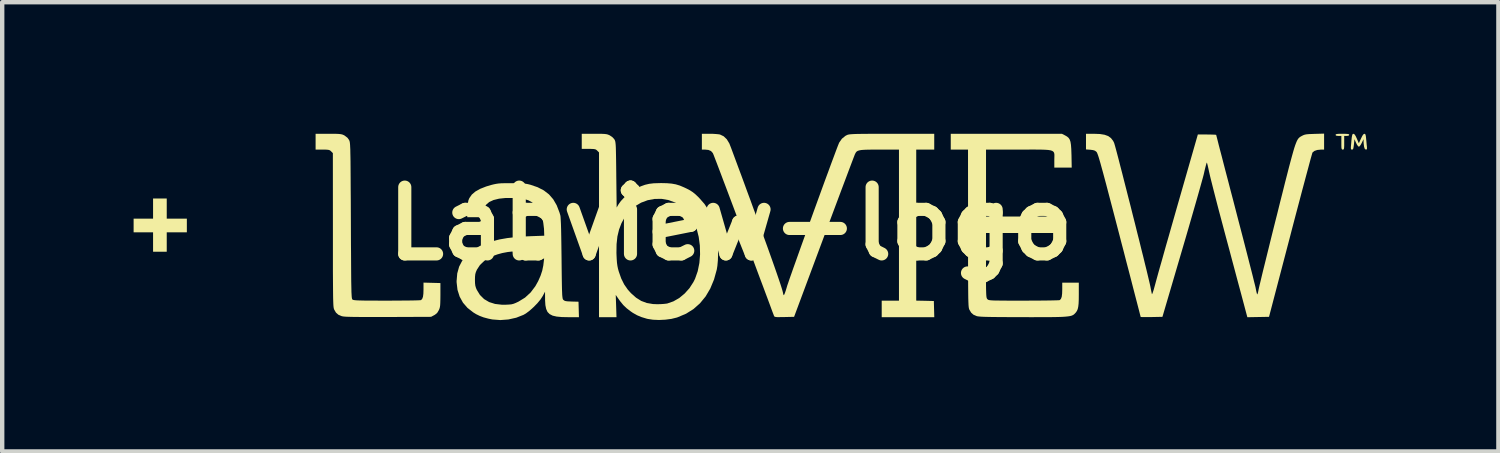
<source format=kicad_pcb>
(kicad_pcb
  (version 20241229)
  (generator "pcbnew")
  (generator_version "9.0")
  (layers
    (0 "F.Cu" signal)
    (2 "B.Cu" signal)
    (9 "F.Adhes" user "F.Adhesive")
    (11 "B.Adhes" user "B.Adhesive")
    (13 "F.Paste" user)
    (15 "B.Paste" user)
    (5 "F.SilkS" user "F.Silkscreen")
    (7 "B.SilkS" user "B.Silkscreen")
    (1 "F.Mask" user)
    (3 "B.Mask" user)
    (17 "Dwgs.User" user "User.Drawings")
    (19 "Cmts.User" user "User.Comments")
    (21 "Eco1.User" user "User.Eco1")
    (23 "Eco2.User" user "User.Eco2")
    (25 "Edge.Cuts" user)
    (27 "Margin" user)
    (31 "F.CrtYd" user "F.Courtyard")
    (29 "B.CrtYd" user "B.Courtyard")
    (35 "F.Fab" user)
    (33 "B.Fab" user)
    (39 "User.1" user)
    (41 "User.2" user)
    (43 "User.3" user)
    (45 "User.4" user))
  (footprint "Labview-logo"
    (layer "F.Cu")
    (at 13.628 2.056)
    (property "Reference" "Labview-logo" (at 0 0 0) (layer "F.SilkS") (effects (font (size 1.524 1.524) (thickness 0.3))))
    (attr board_only exclude_from_pos_files exclude_from_bom)
    (fp_poly (pts (xy -12.872 -0.115) (xy -12.413 -0.115) (xy -12.413 0.197) (xy -12.872 0.197) (xy -12.872 0.64) (xy -13.184 0.64) (xy -13.184 0.197) (xy -13.628 0.197) (xy -13.628 -0.115) (xy -13.184 -0.115) (xy -13.184 -0.575) (xy -12.872 -0.575)) (stroke (width 0) (type solid)) (fill yes) (layer "F.SilkS"))
    (fp_poly (pts (xy 14.039 -2.051) (xy 14.086 -2.048) (xy 14.111 -2.042) (xy 14.12 -2.031) (xy 14.12 -2.028) (xy 14.108 -2.01) (xy 14.068 -2.003) (xy 14.063 -2.003) (xy 14.005 -2.003) (xy 14.005 -1.847) (xy 14.005 -1.775) (xy 14.002 -1.729) (xy 13.997 -1.704) (xy 13.987 -1.693) (xy 13.972 -1.691) (xy 13.957 -1.694) (xy 13.948 -1.705) (xy 13.942 -1.731) (xy 13.94 -1.778) (xy 13.94 -1.847) (xy 13.94 -2.003) (xy 13.874 -2.003) (xy 13.828 -2.007) (xy 13.809 -2.021) (xy 13.808 -2.028) (xy 13.814 -2.039) (xy 13.834 -2.047) (xy 13.875 -2.051) (xy 13.942 -2.052) (xy 13.964 -2.052)) (stroke (width 0) (type solid)) (fill yes) (layer "F.SilkS"))
    (fp_poly (pts (xy 14.482 -2.047) (xy 14.493 -2.026) (xy 14.501 -1.984) (xy 14.505 -1.942) (xy 14.512 -1.871) (xy 14.518 -1.803) (xy 14.523 -1.761) (xy 14.525 -1.717) (xy 14.519 -1.696) (xy 14.501 -1.691) (xy 14.5 -1.691) (xy 14.475 -1.707) (xy 14.459 -1.754) (xy 14.449 -1.832) (xy 14.447 -1.872) (xy 14.446 -1.929) (xy 14.405 -1.843) (xy 14.379 -1.796) (xy 14.354 -1.765) (xy 14.34 -1.757) (xy 14.32 -1.771) (xy 14.295 -1.807) (xy 14.277 -1.843) (xy 14.239 -1.929) (xy 14.227 -1.81) (xy 14.219 -1.748) (xy 14.211 -1.712) (xy 14.199 -1.695) (xy 14.183 -1.691) (xy 14.167 -1.694) (xy 14.159 -1.707) (xy 14.157 -1.739) (xy 14.161 -1.794) (xy 14.162 -1.802) (xy 14.17 -1.898) (xy 14.177 -1.966) (xy 14.185 -2.011) (xy 14.193 -2.037) (xy 14.203 -2.049) (xy 14.216 -2.052) (xy 14.217 -2.052) (xy 14.24 -2.04) (xy 14.266 -2.001) (xy 14.293 -1.943) (xy 14.339 -1.835) (xy 14.388 -1.943) (xy 14.42 -2.008) (xy 14.447 -2.044) (xy 14.466 -2.052)) (stroke (width 0) (type solid)) (fill yes) (layer "F.SilkS"))
    (fp_poly (pts (xy -9.075 -2.052) (xy -8.996 -2.051) (xy -8.938 -2.048) (xy -8.897 -2.043) (xy -8.865 -2.036) (xy -8.838 -2.025) (xy -8.817 -2.015) (xy -8.746 -1.961) (xy -8.711 -1.912) (xy -8.706 -1.901) (xy -8.701 -1.89) (xy -8.697 -1.875) (xy -8.693 -1.856) (xy -8.69 -1.83) (xy -8.687 -1.795) (xy -8.685 -1.75) (xy -8.682 -1.692) (xy -8.681 -1.62) (xy -8.679 -1.532) (xy -8.677 -1.427) (xy -8.676 -1.301) (xy -8.675 -1.153) (xy -8.674 -0.982) (xy -8.673 -0.785) (xy -8.671 -0.561) (xy -8.67 -0.307) (xy -8.669 -0.068) (xy -8.668 0.212) (xy -8.667 0.461) (xy -8.665 0.68) (xy -8.664 0.873) (xy -8.663 1.04) (xy -8.662 1.184) (xy -8.661 1.305) (xy -8.659 1.407) (xy -8.657 1.491) (xy -8.656 1.558) (xy -8.653 1.611) (xy -8.651 1.652) (xy -8.648 1.682) (xy -8.645 1.703) (xy -8.641 1.717) (xy -8.637 1.726) (xy -8.632 1.731) (xy -8.629 1.734) (xy -8.617 1.739) (xy -8.594 1.744) (xy -8.56 1.748) (xy -8.509 1.751) (xy -8.441 1.753) (xy -8.352 1.755) (xy -8.24 1.756) (xy -8.102 1.756) (xy -7.935 1.757) (xy -7.841 1.757) (xy -7.686 1.756) (xy -7.541 1.755) (xy -7.41 1.754) (xy -7.294 1.753) (xy -7.199 1.751) (xy -7.127 1.749) (xy -7.082 1.746) (xy -7.067 1.744) (xy -7.041 1.716) (xy -7.023 1.668) (xy -7.014 1.598) (xy -7.011 1.503) (xy -7.011 1.345) (xy -6.818 1.35) (xy -6.625 1.355) (xy -6.625 1.625) (xy -6.626 1.729) (xy -6.628 1.805) (xy -6.631 1.862) (xy -6.637 1.904) (xy -6.646 1.937) (xy -6.659 1.97) (xy -6.661 1.973) (xy -6.698 2.035) (xy -6.749 2.078) (xy -6.767 2.088) (xy -6.838 2.126) (xy -7.824 2.13) (xy -8.037 2.13) (xy -8.22 2.13) (xy -8.375 2.13) (xy -8.504 2.129) (xy -8.61 2.128) (xy -8.695 2.126) (xy -8.761 2.124) (xy -8.811 2.121) (xy -8.847 2.117) (xy -8.872 2.112) (xy -8.88 2.11) (xy -8.955 2.078) (xy -9.009 2.03) (xy -9.049 1.962) (xy -9.054 1.95) (xy -9.058 1.936) (xy -9.062 1.918) (xy -9.065 1.893) (xy -9.068 1.86) (xy -9.07 1.817) (xy -9.072 1.762) (xy -9.074 1.693) (xy -9.075 1.608) (xy -9.076 1.506) (xy -9.077 1.384) (xy -9.078 1.24) (xy -9.079 1.073) (xy -9.079 0.881) (xy -9.079 0.662) (xy -9.079 0.413) (xy -9.079 0.143) (xy -9.08 -1.611) (xy -9.12 -1.651) (xy -9.141 -1.67) (xy -9.165 -1.682) (xy -9.199 -1.688) (xy -9.252 -1.691) (xy -9.317 -1.691) (xy -9.474 -1.691) (xy -9.474 -2.052) (xy -9.181 -2.052)) (stroke (width 0) (type solid)) (fill yes) (layer "F.SilkS"))
    (fp_poly (pts (xy 7.634 -2.015) (xy 7.679 -1.989) (xy 7.714 -1.959) (xy 7.739 -1.921) (xy 7.757 -1.869) (xy 7.768 -1.8) (xy 7.775 -1.707) (xy 7.779 -1.588) (xy 7.78 -1.564) (xy 7.785 -1.281) (xy 7.388 -1.281) (xy 7.388 -1.453) (xy 7.389 -1.507) (xy 7.39 -1.553) (xy 7.389 -1.59) (xy 7.382 -1.62) (xy 7.367 -1.643) (xy 7.342 -1.661) (xy 7.304 -1.674) (xy 7.249 -1.683) (xy 7.177 -1.688) (xy 7.082 -1.691) (xy 6.964 -1.692) (xy 6.82 -1.692) (xy 6.646 -1.691) (xy 6.576 -1.691) (xy 5.829 -1.691) (xy 5.829 -0.164) (xy 7.405 -0.164) (xy 7.405 0.213) (xy 5.829 0.213) (xy 5.829 0.952) (xy 5.829 1.127) (xy 5.829 1.273) (xy 5.829 1.391) (xy 5.83 1.485) (xy 5.832 1.558) (xy 5.834 1.614) (xy 5.837 1.654) (xy 5.841 1.681) (xy 5.846 1.7) (xy 5.852 1.713) (xy 5.859 1.722) (xy 5.862 1.724) (xy 5.87 1.731) (xy 5.881 1.738) (xy 5.897 1.743) (xy 5.921 1.747) (xy 5.956 1.75) (xy 6.005 1.753) (xy 6.07 1.754) (xy 6.155 1.755) (xy 6.262 1.756) (xy 6.394 1.757) (xy 6.554 1.757) (xy 6.695 1.757) (xy 6.854 1.756) (xy 7.004 1.756) (xy 7.14 1.754) (xy 7.26 1.753) (xy 7.361 1.751) (xy 7.439 1.749) (xy 7.49 1.747) (xy 7.513 1.744) (xy 7.513 1.744) (xy 7.539 1.716) (xy 7.557 1.668) (xy 7.566 1.597) (xy 7.569 1.503) (xy 7.569 1.346) (xy 7.947 1.346) (xy 7.947 1.615) (xy 7.946 1.734) (xy 7.942 1.826) (xy 7.934 1.896) (xy 7.922 1.949) (xy 7.904 1.991) (xy 7.88 2.026) (xy 7.867 2.04) (xy 7.849 2.059) (xy 7.831 2.075) (xy 7.809 2.088) (xy 7.781 2.1) (xy 7.745 2.109) (xy 7.699 2.116) (xy 7.639 2.122) (xy 7.564 2.127) (xy 7.47 2.13) (xy 7.356 2.132) (xy 7.219 2.133) (xy 7.056 2.133) (xy 6.864 2.134) (xy 6.675 2.133) (xy 6.46 2.133) (xy 6.275 2.132) (xy 6.118 2.131) (xy 5.987 2.13) (xy 5.88 2.128) (xy 5.795 2.126) (xy 5.728 2.123) (xy 5.678 2.119) (xy 5.643 2.115) (xy 5.62 2.111) (xy 5.618 2.11) (xy 5.543 2.078) (xy 5.489 2.03) (xy 5.449 1.962) (xy 5.444 1.951) (xy 5.44 1.937) (xy 5.436 1.918) (xy 5.433 1.894) (xy 5.43 1.861) (xy 5.428 1.818) (xy 5.426 1.764) (xy 5.424 1.696) (xy 5.423 1.612) (xy 5.422 1.51) (xy 5.421 1.39) (xy 5.42 1.248) (xy 5.419 1.083) (xy 5.419 0.892) (xy 5.419 0.676) (xy 5.419 0.43) (xy 5.419 0.153) (xy 5.419 0.103) (xy 5.418 -1.691) (xy 5.024 -1.691) (xy 5.024 -2.052) (xy 7.562 -2.052)) (stroke (width 0) (type solid)) (fill yes) (layer "F.SilkS"))
    (fp_poly (pts (xy -3.01 -2.052) (xy -2.933 -2.051) (xy -2.876 -2.048) (xy -2.835 -2.043) (xy -2.803 -2.035) (xy -2.774 -2.023) (xy -2.758 -2.015) (xy -2.699 -1.975) (xy -2.655 -1.926) (xy -2.652 -1.921) (xy -2.644 -1.906) (xy -2.638 -1.889) (xy -2.632 -1.867) (xy -2.628 -1.836) (xy -2.624 -1.794) (xy -2.621 -1.738) (xy -2.619 -1.664) (xy -2.617 -1.57) (xy -2.615 -1.453) (xy -2.613 -1.309) (xy -2.611 -1.135) (xy -2.611 -1.116) (xy -2.602 -0.369) (xy -2.558 -0.445) (xy -2.505 -0.518) (xy -2.431 -0.597) (xy -2.345 -0.675) (xy -2.253 -0.745) (xy -2.166 -0.8) (xy -2.148 -0.809) (xy -2.046 -0.855) (xy -1.954 -0.888) (xy -1.86 -0.91) (xy -1.757 -0.922) (xy -1.634 -0.926) (xy -1.584 -0.927) (xy -1.454 -0.924) (xy -1.347 -0.915) (xy -1.252 -0.898) (xy -1.16 -0.87) (xy -1.061 -0.828) (xy -1.002 -0.8) (xy -0.928 -0.761) (xy -0.865 -0.72) (xy -0.802 -0.669) (xy -0.73 -0.6) (xy -0.722 -0.592) (xy -0.598 -0.451) (xy -0.497 -0.298) (xy -0.416 -0.129) (xy -0.352 0.061) (xy -0.323 0.181) (xy -0.306 0.288) (xy -0.294 0.417) (xy -0.287 0.558) (xy -0.287 0.702) (xy -0.292 0.84) (xy -0.303 0.963) (xy -0.317 1.048) (xy -0.38 1.275) (xy -0.465 1.48) (xy -0.571 1.66) (xy -0.7 1.817) (xy -0.849 1.949) (xy -1.018 2.055) (xy -1.208 2.135) (xy -1.231 2.143) (xy -1.353 2.173) (xy -1.491 2.191) (xy -1.635 2.198) (xy -1.772 2.192) (xy -1.892 2.174) (xy -1.917 2.168) (xy -2.038 2.131) (xy -2.138 2.089) (xy -2.233 2.035) (xy -2.288 1.997) (xy -2.377 1.928) (xy -2.45 1.858) (xy -2.518 1.775) (xy -2.558 1.72) (xy -2.623 1.626) (xy -2.614 1.88) (xy -2.606 2.134) (xy -3.005 2.134) (xy -3.005 0.666) (xy -2.607 0.666) (xy -2.606 0.698) (xy -2.601 0.806) (xy -2.595 0.891) (xy -2.585 0.962) (xy -2.572 1.027) (xy -2.554 1.091) (xy -2.498 1.251) (xy -2.43 1.387) (xy -2.347 1.506) (xy -2.275 1.586) (xy -2.159 1.689) (xy -2.041 1.763) (xy -1.915 1.81) (xy -1.773 1.834) (xy -1.675 1.838) (xy -1.596 1.836) (xy -1.521 1.831) (xy -1.461 1.824) (xy -1.445 1.821) (xy -1.307 1.773) (xy -1.174 1.697) (xy -1.051 1.595) (xy -0.941 1.473) (xy -0.851 1.334) (xy -0.812 1.256) (xy -0.752 1.085) (xy -0.714 0.897) (xy -0.698 0.7) (xy -0.703 0.499) (xy -0.729 0.302) (xy -0.776 0.115) (xy -0.843 -0.055) (xy -0.874 -0.115) (xy -0.948 -0.221) (xy -1.044 -0.323) (xy -1.152 -0.413) (xy -1.262 -0.481) (xy -1.264 -0.482) (xy -1.418 -0.539) (xy -1.577 -0.567) (xy -1.737 -0.565) (xy -1.894 -0.536) (xy -2.044 -0.48) (xy -2.182 -0.398) (xy -2.305 -0.293) (xy -2.407 -0.164) (xy -2.414 -0.154) (xy -2.491 -0.014) (xy -2.547 0.133) (xy -2.585 0.291) (xy -2.604 0.467) (xy -2.607 0.666) (xy -3.005 0.666) (xy -3.005 -1.627) (xy -3.045 -1.667) (xy -3.066 -1.686) (xy -3.09 -1.698) (xy -3.124 -1.704) (xy -3.177 -1.707) (xy -3.242 -1.708) (xy -3.399 -1.708) (xy -3.399 -2.052) (xy -3.115 -2.052)) (stroke (width 0) (type solid)) (fill yes) (layer "F.SilkS"))
    (fp_poly (pts (xy 4.647 -1.691) (xy 4.236 -1.691) (xy 4.236 1.756) (xy 4.437 1.76) (xy 4.638 1.765) (xy 4.643 1.95) (xy 4.648 2.134) (xy 3.448 2.134) (xy 3.448 1.757) (xy 3.842 1.757) (xy 3.842 -1.691) (xy 3.398 -1.691) (xy 3.254 -1.691) (xy 3.14 -1.69) (xy 3.051 -1.687) (xy 2.983 -1.682) (xy 2.934 -1.673) (xy 2.898 -1.661) (xy 2.873 -1.644) (xy 2.856 -1.622) (xy 2.841 -1.594) (xy 2.835 -1.581) (xy 2.826 -1.558) (xy 2.806 -1.506) (xy 2.776 -1.427) (xy 2.737 -1.324) (xy 2.689 -1.197) (xy 2.634 -1.05) (xy 2.571 -0.883) (xy 2.502 -0.7) (xy 2.428 -0.502) (xy 2.349 -0.291) (xy 2.266 -0.069) (xy 2.18 0.162) (xy 2.127 0.304) (xy 1.448 2.126) (xy 1.224 2.131) (xy 1.135 2.132) (xy 1.073 2.133) (xy 1.033 2.13) (xy 1.009 2.125) (xy 0.996 2.116) (xy 0.989 2.102) (xy 0.987 2.098) (xy 0.98 2.078) (xy 0.961 2.029) (xy 0.933 1.954) (xy 0.896 1.853) (xy 0.85 1.729) (xy 0.796 1.585) (xy 0.735 1.421) (xy 0.667 1.241) (xy 0.594 1.045) (xy 0.516 0.835) (xy 0.434 0.615) (xy 0.348 0.385) (xy 0.296 0.246) (xy 0.209 0.012) (xy 0.124 -0.215) (xy 0.043 -0.431) (xy -0.034 -0.635) (xy -0.106 -0.826) (xy -0.172 -1) (xy -0.231 -1.157) (xy -0.283 -1.294) (xy -0.327 -1.409) (xy -0.362 -1.5) (xy -0.387 -1.565) (xy -0.403 -1.603) (xy -0.407 -1.612) (xy -0.448 -1.658) (xy -0.509 -1.684) (xy -0.584 -1.691) (xy -0.657 -1.691) (xy -0.657 -2.052) (xy -0.48 -2.052) (xy -0.4 -2.051) (xy -0.325 -2.046) (xy -0.267 -2.04) (xy -0.242 -2.035) (xy -0.159 -1.995) (xy -0.088 -1.927) (xy -0.031 -1.833) (xy -0.028 -1.827) (xy -0.017 -1.798) (xy 0.006 -1.74) (xy 0.037 -1.657) (xy 0.077 -1.549) (xy 0.125 -1.42) (xy 0.18 -1.271) (xy 0.242 -1.106) (xy 0.308 -0.926) (xy 0.378 -0.734) (xy 0.453 -0.532) (xy 0.529 -0.322) (xy 0.542 -0.288) (xy 0.654 0.019) (xy 0.754 0.296) (xy 0.844 0.544) (xy 0.923 0.765) (xy 0.991 0.957) (xy 1.049 1.123) (xy 1.097 1.263) (xy 1.136 1.379) (xy 1.165 1.47) (xy 1.185 1.538) (xy 1.196 1.583) (xy 1.199 1.604) (xy 1.209 1.629) (xy 1.213 1.632) (xy 1.222 1.621) (xy 1.238 1.584) (xy 1.258 1.526) (xy 1.28 1.454) (xy 1.281 1.449) (xy 1.293 1.409) (xy 1.316 1.343) (xy 1.347 1.251) (xy 1.387 1.138) (xy 1.434 1.004) (xy 1.488 0.854) (xy 1.547 0.688) (xy 1.61 0.511) (xy 1.677 0.325) (xy 1.747 0.131) (xy 1.819 -0.066) (xy 1.891 -0.266) (xy 1.963 -0.464) (xy 2.034 -0.659) (xy 2.103 -0.849) (xy 2.169 -1.029) (xy 2.232 -1.199) (xy 2.289 -1.355) (xy 2.341 -1.494) (xy 2.386 -1.615) (xy 2.423 -1.714) (xy 2.452 -1.789) (xy 2.472 -1.838) (xy 2.48 -1.855) (xy 2.54 -1.94) (xy 2.62 -2.005) (xy 2.663 -2.027) (xy 2.68 -2.032) (xy 2.703 -2.037) (xy 2.735 -2.041) (xy 2.779 -2.044) (xy 2.837 -2.047) (xy 2.912 -2.049) (xy 3.006 -2.05) (xy 3.123 -2.051) (xy 3.263 -2.052) (xy 3.431 -2.052) (xy 3.629 -2.052) (xy 3.686 -2.052) (xy 4.647 -2.052)) (stroke (width 0) (type solid)) (fill yes) (layer "F.SilkS"))
    (fp_poly (pts (xy -4.893 -0.925) (xy -4.805 -0.923) (xy -4.736 -0.919) (xy -4.679 -0.912) (xy -4.628 -0.903) (xy -4.576 -0.89) (xy -4.575 -0.89) (xy -4.407 -0.833) (xy -4.265 -0.76) (xy -4.147 -0.669) (xy -4.05 -0.557) (xy -3.971 -0.421) (xy -3.908 -0.258) (xy -3.888 -0.192) (xy -3.883 -0.158) (xy -3.879 -0.092) (xy -3.874 0.004) (xy -3.87 0.132) (xy -3.867 0.292) (xy -3.864 0.484) (xy -3.861 0.708) (xy -3.86 0.791) (xy -3.858 0.987) (xy -3.856 1.154) (xy -3.854 1.293) (xy -3.852 1.407) (xy -3.85 1.499) (xy -3.847 1.571) (xy -3.845 1.626) (xy -3.841 1.666) (xy -3.837 1.695) (xy -3.833 1.715) (xy -3.827 1.728) (xy -3.821 1.737) (xy -3.819 1.738) (xy -3.8 1.754) (xy -3.774 1.765) (xy -3.732 1.772) (xy -3.669 1.775) (xy -3.631 1.777) (xy -3.473 1.781) (xy -3.468 1.958) (xy -3.463 2.134) (xy -3.707 2.134) (xy -3.854 2.131) (xy -3.972 2.12) (xy -4.063 2.099) (xy -4.131 2.064) (xy -4.18 2.015) (xy -4.211 1.947) (xy -4.229 1.859) (xy -4.236 1.748) (xy -4.236 1.708) (xy -4.237 1.552) (xy -4.289 1.65) (xy -4.34 1.729) (xy -4.412 1.816) (xy -4.497 1.903) (xy -4.586 1.983) (xy -4.672 2.048) (xy -4.729 2.081) (xy -4.894 2.146) (xy -5.073 2.186) (xy -5.258 2.2) (xy -5.44 2.186) (xy -5.533 2.167) (xy -5.641 2.138) (xy -5.728 2.105) (xy -5.81 2.065) (xy -5.875 2.025) (xy -6.006 1.923) (xy -6.11 1.803) (xy -6.186 1.665) (xy -6.235 1.511) (xy -6.255 1.34) (xy -6.256 1.306) (xy -6.253 1.281) (xy -5.837 1.281) (xy -5.835 1.359) (xy -5.828 1.416) (xy -5.813 1.467) (xy -5.794 1.511) (xy -5.722 1.628) (xy -5.628 1.721) (xy -5.513 1.789) (xy -5.377 1.832) (xy -5.22 1.85) (xy -5.143 1.85) (xy -5.064 1.846) (xy -5.006 1.841) (xy -4.958 1.829) (xy -4.909 1.81) (xy -4.845 1.78) (xy -4.838 1.776) (xy -4.693 1.687) (xy -4.566 1.57) (xy -4.458 1.427) (xy -4.393 1.31) (xy -4.339 1.187) (xy -4.301 1.072) (xy -4.276 0.951) (xy -4.26 0.813) (xy -4.258 0.773) (xy -4.247 0.603) (xy -4.599 0.612) (xy -4.789 0.619) (xy -4.951 0.631) (xy -5.091 0.647) (xy -5.213 0.67) (xy -5.322 0.7) (xy -5.424 0.737) (xy -5.506 0.775) (xy -5.625 0.85) (xy -5.722 0.943) (xy -5.791 1.048) (xy -5.815 1.102) (xy -5.829 1.151) (xy -5.835 1.208) (xy -5.837 1.281) (xy -6.253 1.281) (xy -6.241 1.136) (xy -6.198 0.981) (xy -6.126 0.842) (xy -6.025 0.718) (xy -5.895 0.609) (xy -5.736 0.515) (xy -5.722 0.508) (xy -5.584 0.448) (xy -5.436 0.399) (xy -5.274 0.359) (xy -5.095 0.328) (xy -4.893 0.305) (xy -4.665 0.29) (xy -4.555 0.285) (xy -4.248 0.274) (xy -4.26 0.12) (xy -4.28 -0.046) (xy -4.314 -0.185) (xy -4.363 -0.3) (xy -4.43 -0.395) (xy -4.479 -0.444) (xy -4.546 -0.496) (xy -4.616 -0.533) (xy -4.698 -0.56) (xy -4.796 -0.577) (xy -4.919 -0.586) (xy -4.955 -0.587) (xy -5.135 -0.587) (xy -5.287 -0.571) (xy -5.413 -0.54) (xy -5.51 -0.495) (xy -5.575 -0.44) (xy -5.596 -0.41) (xy -5.609 -0.377) (xy -5.614 -0.331) (xy -5.615 -0.27) (xy -5.615 -0.148) (xy -6.013 -0.148) (xy -6.006 -0.332) (xy -6.002 -0.422) (xy -5.995 -0.486) (xy -5.985 -0.535) (xy -5.969 -0.574) (xy -5.964 -0.585) (xy -5.908 -0.665) (xy -5.827 -0.734) (xy -5.719 -0.795) (xy -5.582 -0.849) (xy -5.469 -0.883) (xy -5.409 -0.898) (xy -5.356 -0.909) (xy -5.302 -0.917) (xy -5.241 -0.922) (xy -5.165 -0.924) (xy -5.067 -0.925) (xy -5.008 -0.925)) (stroke (width 0) (type solid)) (fill yes) (layer "F.SilkS"))
    (fp_poly (pts (xy 13.546 -1.691) (xy 13.474 -1.691) (xy 13.391 -1.683) (xy 13.326 -1.661) (xy 13.284 -1.627) (xy 13.279 -1.62) (xy 13.273 -1.599) (xy 13.259 -1.55) (xy 13.237 -1.472) (xy 13.209 -1.368) (xy 13.175 -1.241) (xy 13.135 -1.093) (xy 13.09 -0.924) (xy 13.04 -0.738) (xy 12.987 -0.536) (xy 12.93 -0.321) (xy 12.87 -0.094) (xy 12.808 0.143) (xy 12.775 0.271) (xy 12.289 2.126) (xy 11.794 2.135) (xy 11.653 1.605) (xy 11.622 1.49) (xy 11.584 1.349) (xy 11.54 1.185) (xy 11.492 1.004) (xy 11.44 0.81) (xy 11.387 0.61) (xy 11.332 0.406) (xy 11.278 0.205) (xy 11.239 0.057) (xy 11.19 -0.127) (xy 11.142 -0.307) (xy 11.097 -0.48) (xy 11.055 -0.643) (xy 11.017 -0.791) (xy 10.984 -0.922) (xy 10.956 -1.032) (xy 10.936 -1.117) (xy 10.923 -1.174) (xy 10.922 -1.178) (xy 10.905 -1.258) (xy 10.89 -1.324) (xy 10.878 -1.372) (xy 10.87 -1.394) (xy 10.869 -1.396) (xy 10.862 -1.38) (xy 10.85 -1.339) (xy 10.834 -1.277) (xy 10.815 -1.199) (xy 10.807 -1.162) (xy 10.795 -1.112) (xy 10.774 -1.033) (xy 10.745 -0.929) (xy 10.709 -0.8) (xy 10.667 -0.651) (xy 10.619 -0.483) (xy 10.566 -0.299) (xy 10.509 -0.101) (xy 10.449 0.107) (xy 10.386 0.323) (xy 10.321 0.544) (xy 10.305 0.599) (xy 9.856 2.126) (xy 9.608 2.131) (xy 9.521 2.132) (xy 9.448 2.132) (xy 9.394 2.131) (xy 9.363 2.13) (xy 9.359 2.128) (xy 9.355 2.112) (xy 9.343 2.066) (xy 9.324 1.991) (xy 9.298 1.891) (xy 9.266 1.768) (xy 9.228 1.622) (xy 9.185 1.456) (xy 9.138 1.273) (xy 9.086 1.073) (xy 9.03 0.86) (xy 8.972 0.634) (xy 8.91 0.398) (xy 8.875 0.261) (xy 8.8 -0.026) (xy 8.733 -0.283) (xy 8.673 -0.511) (xy 8.62 -0.713) (xy 8.574 -0.889) (xy 8.533 -1.042) (xy 8.498 -1.173) (xy 8.467 -1.284) (xy 8.442 -1.376) (xy 8.42 -1.451) (xy 8.402 -1.512) (xy 8.387 -1.558) (xy 8.374 -1.593) (xy 8.364 -1.617) (xy 8.356 -1.632) (xy 8.35 -1.64) (xy 8.316 -1.666) (xy 8.272 -1.68) (xy 8.21 -1.688) (xy 8.111 -1.695) (xy 8.111 -2.052) (xy 8.298 -2.052) (xy 8.43 -2.047) (xy 8.535 -2.03) (xy 8.618 -2) (xy 8.681 -1.954) (xy 8.73 -1.891) (xy 8.752 -1.847) (xy 8.76 -1.822) (xy 8.776 -1.767) (xy 8.798 -1.686) (xy 8.826 -1.581) (xy 8.859 -1.455) (xy 8.896 -1.31) (xy 8.938 -1.149) (xy 8.982 -0.975) (xy 9.029 -0.791) (xy 9.078 -0.598) (xy 9.129 -0.4) (xy 9.179 -0.199) (xy 9.23 0.001) (xy 9.279 0.199) (xy 9.328 0.392) (xy 9.373 0.576) (xy 9.417 0.75) (xy 9.456 0.911) (xy 9.492 1.056) (xy 9.522 1.182) (xy 9.547 1.287) (xy 9.566 1.368) (xy 9.578 1.423) (xy 9.581 1.437) (xy 9.594 1.505) (xy 9.606 1.563) (xy 9.614 1.601) (xy 9.617 1.609) (xy 9.623 1.602) (xy 9.636 1.569) (xy 9.655 1.512) (xy 9.676 1.437) (xy 9.694 1.371) (xy 9.708 1.318) (xy 9.731 1.235) (xy 9.761 1.126) (xy 9.798 0.994) (xy 9.842 0.841) (xy 9.89 0.669) (xy 9.943 0.481) (xy 10.001 0.28) (xy 10.061 0.068) (xy 10.124 -0.152) (xy 10.188 -0.377) (xy 10.213 -0.464) (xy 10.664 -2.036) (xy 10.873 -2.036) (xy 10.952 -2.035) (xy 11.017 -2.033) (xy 11.063 -2.031) (xy 11.082 -2.028) (xy 11.083 -2.027) (xy 11.087 -2.01) (xy 11.099 -1.964) (xy 11.118 -1.89) (xy 11.143 -1.79) (xy 11.175 -1.667) (xy 11.213 -1.523) (xy 11.255 -1.359) (xy 11.302 -1.178) (xy 11.354 -0.981) (xy 11.408 -0.772) (xy 11.466 -0.552) (xy 11.525 -0.324) (xy 11.585 -0.092) (xy 11.644 0.133) (xy 11.7 0.348) (xy 11.752 0.551) (xy 11.801 0.741) (xy 11.845 0.914) (xy 11.885 1.069) (xy 11.919 1.203) (xy 11.946 1.314) (xy 11.968 1.4) (xy 11.982 1.458) (xy 11.987 1.486) (xy 11.999 1.545) (xy 12.01 1.59) (xy 12.018 1.613) (xy 12.019 1.614) (xy 12.026 1.605) (xy 12.037 1.571) (xy 12.048 1.519) (xy 12.05 1.507) (xy 12.057 1.474) (xy 12.071 1.412) (xy 12.093 1.323) (xy 12.12 1.209) (xy 12.153 1.072) (xy 12.192 0.916) (xy 12.235 0.741) (xy 12.282 0.551) (xy 12.332 0.348) (xy 12.385 0.135) (xy 12.441 -0.088) (xy 12.473 -0.213) (xy 12.54 -0.484) (xy 12.601 -0.724) (xy 12.654 -0.937) (xy 12.702 -1.123) (xy 12.743 -1.284) (xy 12.78 -1.423) (xy 12.812 -1.541) (xy 12.84 -1.641) (xy 12.864 -1.723) (xy 12.886 -1.79) (xy 12.906 -1.843) (xy 12.924 -1.886) (xy 12.941 -1.918) (xy 12.957 -1.942) (xy 12.974 -1.961) (xy 12.991 -1.975) (xy 13.01 -1.988) (xy 13.03 -1.999) (xy 13.037 -2.003) (xy 13.071 -2.02) (xy 13.104 -2.032) (xy 13.145 -2.04) (xy 13.2 -2.045) (xy 13.278 -2.048) (xy 13.328 -2.05) (xy 13.546 -2.056)) (stroke (width 0) (type solid)) (fill yes) (layer "F.SilkS")))
  (gr_rect
    (start -3 -3)
    (end 31.153 7.255)
    (stroke (width 0.1) (type default))
    (fill no)
    (layer "Edge.Cuts")))
</source>
